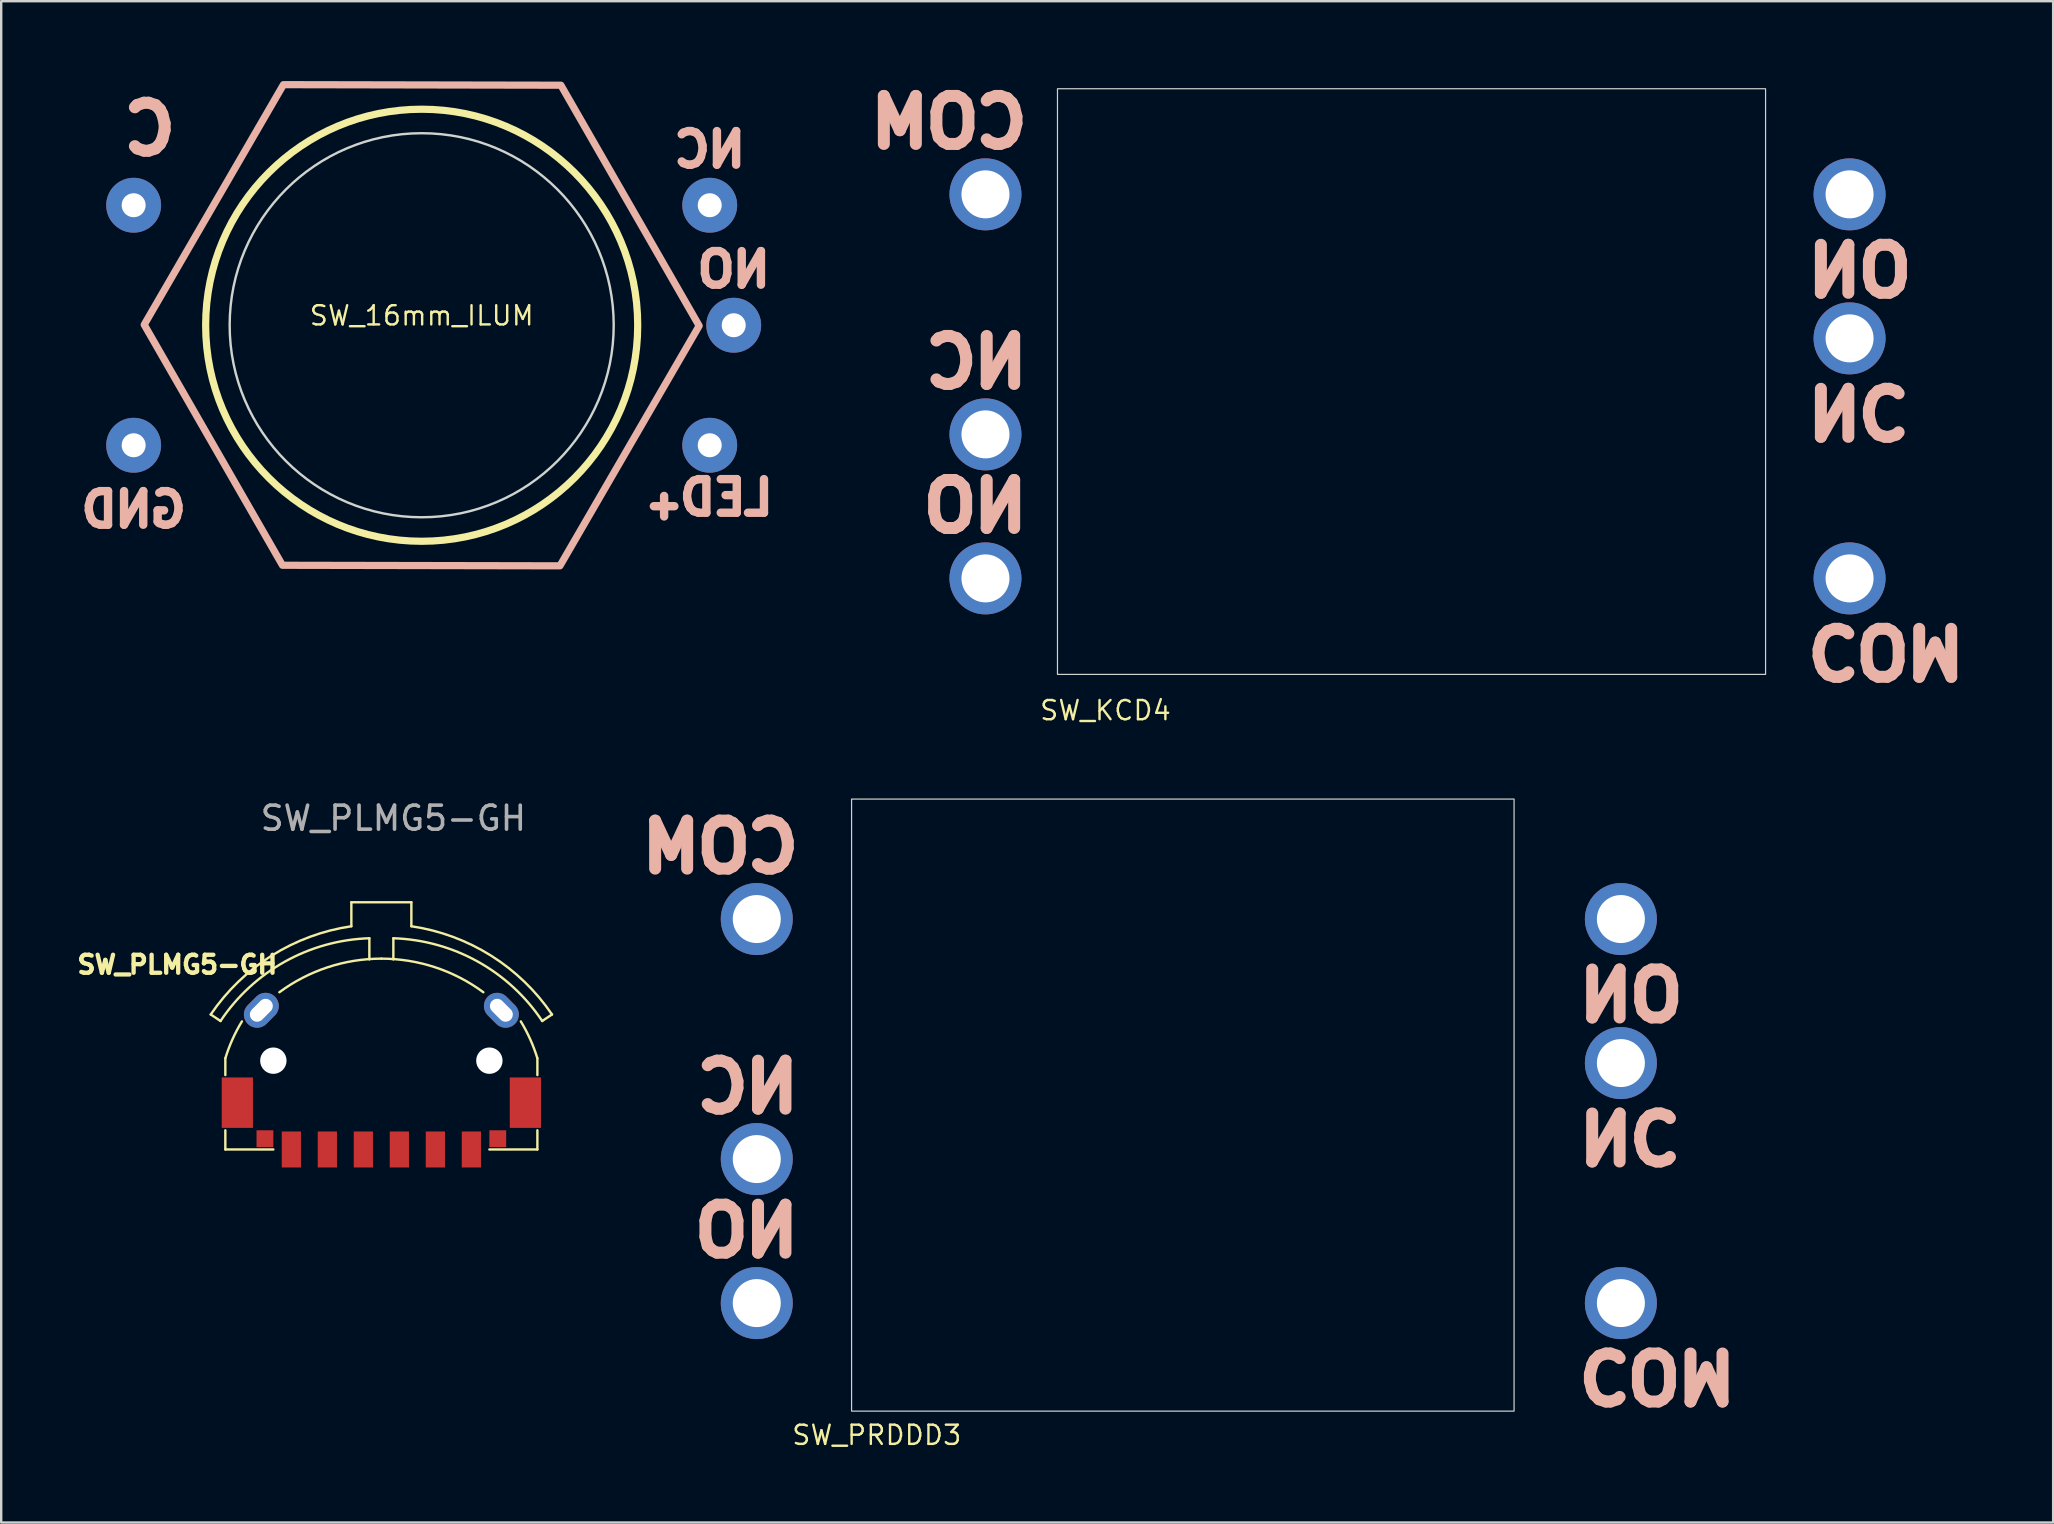
<source format=kicad_pcb>
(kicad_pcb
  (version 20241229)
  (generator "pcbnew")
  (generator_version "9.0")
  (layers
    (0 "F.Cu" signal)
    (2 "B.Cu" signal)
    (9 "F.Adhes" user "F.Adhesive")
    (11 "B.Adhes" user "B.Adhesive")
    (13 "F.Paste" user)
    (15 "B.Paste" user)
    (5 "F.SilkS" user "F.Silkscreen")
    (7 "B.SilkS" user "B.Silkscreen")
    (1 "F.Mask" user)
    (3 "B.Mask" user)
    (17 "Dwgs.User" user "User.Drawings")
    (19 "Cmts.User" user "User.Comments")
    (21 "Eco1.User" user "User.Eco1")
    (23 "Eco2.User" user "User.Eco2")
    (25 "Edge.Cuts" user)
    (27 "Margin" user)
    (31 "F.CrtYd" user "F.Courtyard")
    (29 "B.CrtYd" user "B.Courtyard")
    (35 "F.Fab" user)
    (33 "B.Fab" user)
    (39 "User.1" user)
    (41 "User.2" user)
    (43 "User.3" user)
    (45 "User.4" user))
  (footprint "SW_PLMG5-GH"
    (layer "F.Cu")
    (at 12.838 44.039)
    (property "Reference" "SW_PLMG5-GH" (at -8.5 -6.9 180) (layer "F.SilkS") (effects (font (size 0.75 0.75) (thickness 0.18))))
    (attr through_hole)
    (fp_line (start -6.701 -4.552) (end -7.109 -4.824) (stroke (width 0.1) (type default)) (layer "F.SilkS"))
    (fp_line (start -6.5 -2.3) (end -6.5 -3) (stroke (width 0.1) (type default)) (layer "F.SilkS"))
    (fp_line (start -6.5 0.8) (end -6.5 0) (stroke (width 0.1) (type default)) (layer "F.SilkS"))
    (fp_line (start -4.5 0.8) (end -6.5 0.8) (stroke (width 0.1) (type default)) (layer "F.SilkS"))
    (fp_line (start -1.25 -9.5) (end -1.25 -8.5) (stroke (width 0.1) (type default)) (layer "F.SilkS"))
    (fp_line (start -1.25 -9.5) (end 1.25 -9.5) (stroke (width 0.1) (type default)) (layer "F.SilkS"))
    (fp_line (start -0.5 -7.118) (end -0.5 -8) (stroke (width 0.1) (type default)) (layer "F.SilkS"))
    (fp_line (start 0.5 -7.118) (end 0.5 -8) (stroke (width 0.1) (type default)) (layer "F.SilkS"))
    (fp_line (start 1.25 -9.5) (end 1.25 -8.5) (stroke (width 0.1) (type default)) (layer "F.SilkS"))
    (fp_line (start 6.5 -2.3) (end 6.5 -3) (stroke (width 0.1) (type default)) (layer "F.SilkS"))
    (fp_line (start 6.5 0.8) (end 4.5 0.8) (stroke (width 0.1) (type default)) (layer "F.SilkS"))
    (fp_line (start 6.5 0.8) (end 6.5 0) (stroke (width 0.1) (type default)) (layer "F.SilkS"))
    (fp_line (start 6.701 -4.552) (end 7.109 -4.824) (stroke (width 0.1) (type default)) (layer "F.SilkS"))
    (fp_arc (start -7.109192 -4.824095) (mid -4.565862 -7.277734) (end -1.25 -8.5) (stroke (width 0.1) (type default)) (layer "F.SilkS"))
    (fp_arc (start -6.701179 -4.552009) (mid -4.018104 -7.026901) (end -0.5 -8) (stroke (width 0.1) (type default)) (layer "F.SilkS"))
    (fp_arc (start -6.5 -3) (mid -6.202323 -3.789479) (end -5.809178 -4.536021) (stroke (width 0.1) (type default)) (layer "F.SilkS"))
    (fp_arc (start -4.25 -5.749999) (mid -2.237353 -6.791115) (end 0 -7.150174) (stroke (width 0.1) (type default)) (layer "F.SilkS"))
    (fp_arc (start 0 -7.150174) (mid 2.237353 -6.791115) (end 4.25 -5.749999) (stroke (width 0.1) (type default)) (layer "F.SilkS"))
    (fp_arc (start 0.5 -8) (mid 4.018104 -7.026901) (end 6.701179 -4.552009) (stroke (width 0.1) (type default)) (layer "F.SilkS"))
    (fp_arc (start 1.25 -8.5) (mid 4.565862 -7.277734) (end 7.109192 -4.824095) (stroke (width 0.1) (type default)) (layer "F.SilkS"))
    (fp_arc (start 5.809178 -4.536021) (mid 6.202324 -3.789479) (end 6.5 -3) (stroke (width 0.1) (type default)) (layer "F.SilkS"))
    (fp_text user "${REFERENCE}" (at 0.5 -13 0) (unlocked yes) (layer "F.Fab") (effects (font (size 1 1) (thickness 0.15))))
    (pad "" thru_hole oval (at -5 -5 225) (size 1.6 1.1) (drill oval 1.1 0.6) (layers "*.Cu" "*.Mask"))
    (pad "" np_thru_hole circle (at -4.5 -2.9) (size 1.1 1.1) (drill 1.1) (layers "*.Cu" "*.Mask"))
    (pad "" np_thru_hole circle (at 4.5 -2.9) (size 1.1 1.1) (drill 1.1) (layers "*.Cu" "*.Mask"))
    (pad "" thru_hole oval (at 5 -5 135) (size 1.6 1.1) (drill oval 1.1 0.6) (layers "*.Cu" "*.Mask"))
    (pad "1" smd rect (at -3.75 0.8) (size 0.8 1.5) (layers "F.Cu" "F.Mask" "F.Paste"))
    (pad "2" smd rect (at -2.25 0.8) (size 0.8 1.5) (layers "F.Cu" "F.Mask" "F.Paste"))
    (pad "3" smd rect (at 2.25 0.8) (size 0.8 1.5) (layers "F.Cu" "F.Mask" "F.Paste"))
    (pad "4" smd rect (at 3.75 0.8) (size 0.8 1.5) (layers "F.Cu" "F.Mask" "F.Paste"))
    (pad "5" smd rect (at -0.75 0.8) (size 0.8 1.5) (layers "F.Cu" "F.Mask" "F.Paste"))
    (pad "6" smd rect (at 0.75 0.8) (size 0.8 1.5) (layers "F.Cu" "F.Mask" "F.Paste"))
    (pad "7" smd rect (at -6 -1.15) (size 1.3 2.1) (layers "F.Cu" "F.Mask" "F.Paste"))
    (pad "7" smd rect (at -4.85 0.35) (size 0.7 0.7) (layers "F.Cu" "F.Mask" "F.Paste"))
    (pad "7" smd rect (at 4.85 0.35) (size 0.7 0.7) (layers "F.Cu" "F.Mask" "F.Paste"))
    (pad "7" smd rect (at 6 -1.15) (size 1.3 2.1) (layers "F.Cu" "F.Mask" "F.Paste")))
  (footprint "SW_KCD4"
    (layer "F.Cu")
    (at 41.006 25.047)
    (property "Reference" "SW_KCD4" (at 2 1.5 0) (unlocked yes) (layer "F.SilkS") (effects (font (size 0.8 0.8) (thickness 0.1))))
    (attr through_hole)
    (fp_rect (start 0 -24.4) (end 29.5 0) (stroke (width 0.05) (type default)) (fill no) (layer "Edge.Cuts"))
    (fp_text user "COM" (at -1 -23 0) (unlocked yes) (layer "B.SilkS") (effects (font (size 2 2) (thickness 0.5) (bold yes)) (justify left mirror)))
    (fp_text user "NC" (at -1 -13 0) (unlocked yes) (layer "B.SilkS") (effects (font (size 2 2) (thickness 0.5) (bold yes)) (justify left mirror)))
    (fp_text user "COM" (at 31 -1 180) (unlocked yes) (layer "B.SilkS") (effects (font (size 2 2) (thickness 0.5) (bold yes)) (justify left mirror)))
    (fp_text user "NO" (at -1 -7 0) (unlocked yes) (layer "B.SilkS") (effects (font (size 2 2) (thickness 0.5) (bold yes)) (justify left mirror)))
    (fp_text user "NC" (at 31 -11 180) (unlocked yes) (layer "B.SilkS") (effects (font (size 2 2) (thickness 0.5) (bold yes)) (justify left mirror)))
    (fp_text user "NO" (at 31 -17 180) (unlocked yes) (layer "B.SilkS") (effects (font (size 2 2) (thickness 0.5) (bold yes)) (justify left mirror)))
    (pad "1" thru_hole circle (at -3 -10) (size 3 3) (drill 2) (layers "*.Cu" "*.Mask"))
    (pad "2" thru_hole circle (at -3 -20) (size 3 3) (drill 2) (layers "*.Cu" "*.Mask"))
    (pad "3" thru_hole circle (at -3 -4) (size 3 3) (drill 2) (layers "*.Cu" "*.Mask"))
    (pad "4" thru_hole circle (at 33 -14) (size 3 3) (drill 2) (layers "*.Cu" "*.Mask"))
    (pad "5" thru_hole circle (at 33 -4) (size 3 3) (drill 2) (layers "*.Cu" "*.Mask"))
    (pad "6" thru_hole circle (at 33 -20) (size 3 3) (drill 2) (layers "*.Cu" "*.Mask")))
  (footprint "SW_PRDDD3"
    (layer "F.Cu")
    (at 46.228 42.989)
    (property "Reference" "SW_PRDDD3" (at -12.75 13.75 0) (unlocked yes) (layer "F.SilkS") (effects (font (size 0.8 0.8) (thickness 0.1))))
    (attr through_hole)
    (fp_rect (start -13.8 -12.75) (end 13.8 12.75) (stroke (width 0.05) (type default)) (fill no) (layer "Edge.Cuts"))
    (fp_text user "COM" (at -15.75 -10.75 0) (unlocked yes) (layer "B.SilkS") (effects (font (size 2 2) (thickness 0.5) (bold yes)) (justify left mirror)))
    (fp_text user "COM" (at 16.25 11.25 180) (unlocked yes) (layer "B.SilkS") (effects (font (size 2 2) (thickness 0.5) (bold yes)) (justify left mirror)))
    (fp_text user "NC" (at -15.75 -0.75 0) (unlocked yes) (layer "B.SilkS") (effects (font (size 2 2) (thickness 0.5) (bold yes)) (justify left mirror)))
    (fp_text user "NO" (at -15.75 5.25 0) (unlocked yes) (layer "B.SilkS") (effects (font (size 2 2) (thickness 0.5) (bold yes)) (justify left mirror)))
    (fp_text user "NC" (at 16.25 1.25 180) (unlocked yes) (layer "B.SilkS") (effects (font (size 2 2) (thickness 0.5) (bold yes)) (justify left mirror)))
    (fp_text user "NO" (at 16.25 -4.75 180) (unlocked yes) (layer "B.SilkS") (effects (font (size 2 2) (thickness 0.5) (bold yes)) (justify left mirror)))
    (pad "1" thru_hole circle (at -17.75 2.25) (size 3 3) (drill 2) (layers "*.Cu" "*.Mask"))
    (pad "2" thru_hole circle (at -17.75 -7.75) (size 3 3) (drill 2) (layers "*.Cu" "*.Mask"))
    (pad "3" thru_hole circle (at -17.75 8.25) (size 3 3) (drill 2) (layers "*.Cu" "*.Mask"))
    (pad "4" thru_hole circle (at 18.25 -1.75) (size 3 3) (drill 2) (layers "*.Cu" "*.Mask"))
    (pad "5" thru_hole circle (at 18.25 8.25) (size 3 3) (drill 2) (layers "*.Cu" "*.Mask"))
    (pad "6" thru_hole circle (at 18.25 -7.75) (size 3 3) (drill 2) (layers "*.Cu" "*.Mask")))
  (footprint "SW_16mm_ILUM"
    (layer "F.Cu")
    (at 14.518 10.5)
    (property "Reference" "SW_16mm_ILUM" (at 0 -0.4 0) (unlocked yes) (layer "F.SilkS") (effects (font (size 0.8 0.8) (thickness 0.1))))
    (attr through_hole)
    (fp_circle (center 0 0) (end 9 0) (stroke (width 0.3) (type default)) (fill no) (layer "F.SilkS"))
    (fp_poly (pts (xy 5.8 -10) (xy 11.56 0.023) (xy 5.76 10.023) (xy -5.8 10) (xy -11.56 -0.023) (xy -5.76 -10.023)) (stroke (width 0.3) (type solid)) (fill no) (layer "B.SilkS"))
    (fp_circle (center 0 0) (end 8 0) (stroke (width 0.1) (type default)) (fill no) (layer "Edge.Cuts"))
    (fp_text user "LED_{+}" (at 12 8 0) (unlocked yes) (layer "B.SilkS") (effects (font (size 1.4 1.4) (thickness 0.35) (bold yes)) (justify bottom mirror)))
    (fp_text user "GND" (at -12 8.5 0) (unlocked yes) (layer "B.SilkS") (effects (font (size 1.4 1.4) (thickness 0.35) (bold yes)) (justify bottom mirror)))
    (fp_text user "C" (at -10 -7 0) (unlocked yes) (layer "B.SilkS") (effects (font (size 2 2) (thickness 0.5) (bold yes)) (justify left bottom mirror)))
    (fp_text user "NO" (at 13 -1.5 0) (unlocked yes) (layer "B.SilkS") (effects (font (size 1.4 1.4) (thickness 0.35) (bold yes)) (justify bottom mirror)))
    (fp_text user "NC" (at 12 -6.5 0) (unlocked yes) (layer "B.SilkS") (effects (font (size 1.4 1.4) (thickness 0.35) (bold yes)) (justify bottom mirror)))
    (pad "1" thru_hole circle (at -12 5) (size 2.286 2.286) (drill 1) (layers "*.Cu" "*.Mask"))
    (pad "2" thru_hole circle (at 12 5) (size 2.286 2.286) (drill 1) (layers "*.Cu" "*.Mask"))
    (pad "3" thru_hole circle (at -12 -5) (size 2.286 2.286) (drill 1) (layers "*.Cu" "*.Mask"))
    (pad "4" thru_hole circle (at 12 -5) (size 2.286 2.286) (drill 1) (layers "*.Cu" "*.Mask"))
    (pad "5" thru_hole circle (at 13 0) (size 2.286 2.286) (drill 1) (layers "*.Cu" "*.Mask")))
  (gr_rect
    (start -3 -3)
    (end 82.487 60.382)
    (stroke (width 0.1) (type default))
    (fill no)
    (layer "Edge.Cuts")))
</source>
